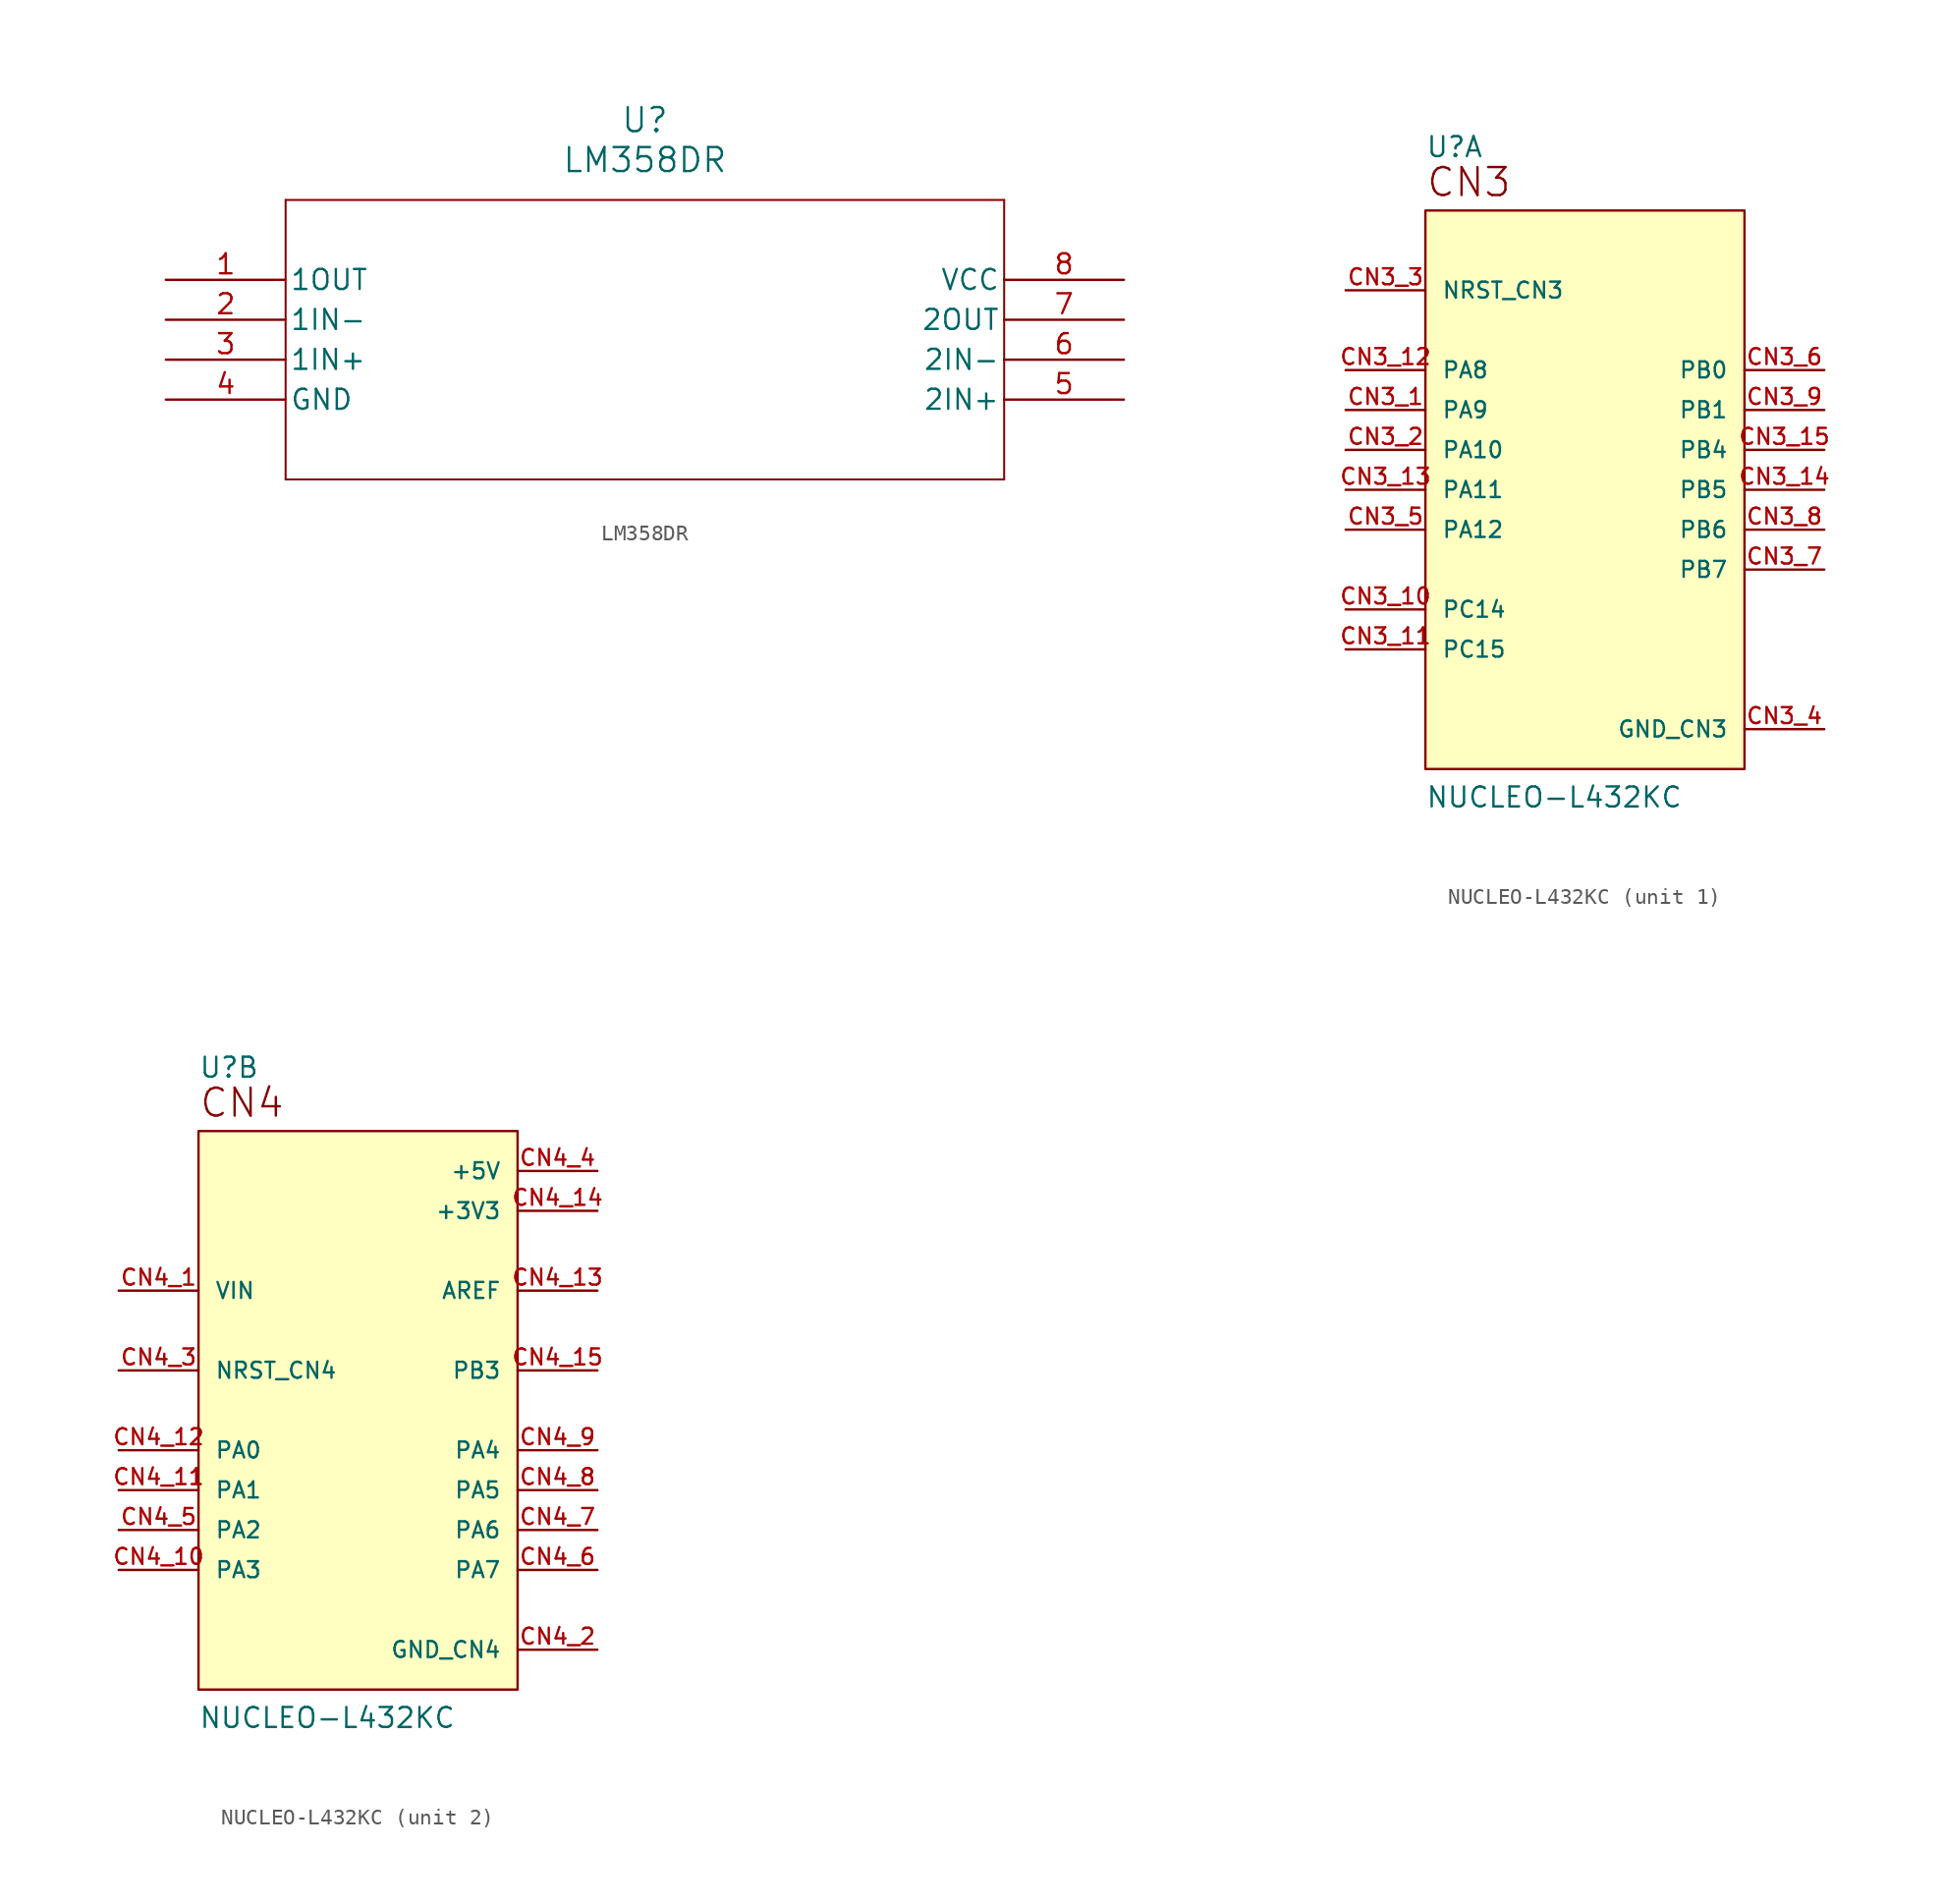
<source format=kicad_sym>
(kicad_symbol_lib
  (version 20241209)
  (generator "kicad_symbol_editor")
  (generator_version "9.0")
  (symbol "LM358DR"
    (pin_names
      (offset 0.254))
    (property "Reference" "U"
      (at 30.48 10.16 0)
      (effects (font (size 1.524 1.524))))
    (property "Value" "LM358DR"
      (at 30.48 7.62 0)
      (effects (font (size 1.524 1.524))))
    (property "ki_locked" ""
      (at 0 0 0)
      (effects (font (size 1.27 1.27))))
    (symbol "LM358DR_0_1"
      (polyline (pts (xy 7.62 5.08) (xy 7.62 -12.7)) (stroke (width 0.127) (type default)) (fill (type none)))
      (polyline (pts (xy 7.62 -12.7) (xy 53.34 -12.7)) (stroke (width 0.127) (type default)) (fill (type none)))
      (polyline (pts (xy 53.34 5.08) (xy 7.62 5.08)) (stroke (width 0.127) (type default)) (fill (type none)))
      (polyline (pts (xy 53.34 -12.7) (xy 53.34 5.08)) (stroke (width 0.127) (type default)) (fill (type none)))
      (pin output line (at 0 0 0) (length 7.62) (name "1OUT" (effects (font (size 1.27 1.27)))) (number "1" (effects (font (size 1.27 1.27)))))
      (pin input line (at 0 -2.54 0) (length 7.62) (name "1IN-" (effects (font (size 1.27 1.27)))) (number "2" (effects (font (size 1.27 1.27)))))
      (pin input line (at 0 -5.08 0) (length 7.62) (name "1IN+" (effects (font (size 1.27 1.27)))) (number "3" (effects (font (size 1.27 1.27)))))
      (pin power_in line (at 0 -7.62 0) (length 7.62) (name "GND" (effects (font (size 1.27 1.27)))) (number "4" (effects (font (size 1.27 1.27)))))
      (pin power_in line (at 60.96 0 180) (length 7.62) (name "VCC" (effects (font (size 1.27 1.27)))) (number "8" (effects (font (size 1.27 1.27)))))
      (pin output line (at 60.96 -2.54 180) (length 7.62) (name "2OUT" (effects (font (size 1.27 1.27)))) (number "7" (effects (font (size 1.27 1.27)))))
      (pin input line (at 60.96 -5.08 180) (length 7.62) (name "2IN-" (effects (font (size 1.27 1.27)))) (number "6" (effects (font (size 1.27 1.27)))))
      (pin input line (at 60.96 -7.62 180) (length 7.62) (name "2IN+" (effects (font (size 1.27 1.27)))) (number "5" (effects (font (size 1.27 1.27)))))))
  (symbol "NUCLEO-L432KC"
    (pin_names
      (offset 1.016))
    (property "Reference" "U"
      (at -10.16 21.082 0)
      (effects (font (size 1.27 1.27)) (justify left bottom)))
    (property "Value" "NUCLEO-L432KC"
      (at -10.16 -20.32 0)
      (effects (font (size 1.27 1.27)) (justify left bottom)))
    (symbol "NUCLEO-L432KC_1_0"
      (rectangle (start -10.16 -17.78) (end 10.16 17.78) (stroke (width 0.152) (type default)) (fill (type background)))
      (text "CN3" (at -10.16 18.542 0) (effects (font (size 1.778 1.778)) (justify left bottom)))
      (pin bidirectional line (at -15.24 12.7 0) (length 5.08) (name "NRST_CN3" (effects (font (size 1.016 1.016)))) (number "CN3_3" (effects (font (size 1.016 1.016)))))
      (pin bidirectional line (at -15.24 7.62 0) (length 5.08) (name "PA8" (effects (font (size 1.016 1.016)))) (number "CN3_12" (effects (font (size 1.016 1.016)))))
      (pin bidirectional line (at -15.24 5.08 0) (length 5.08) (name "PA9" (effects (font (size 1.016 1.016)))) (number "CN3_1" (effects (font (size 1.016 1.016)))))
      (pin bidirectional line (at -15.24 2.54 0) (length 5.08) (name "PA10" (effects (font (size 1.016 1.016)))) (number "CN3_2" (effects (font (size 1.016 1.016)))))
      (pin bidirectional line (at -15.24 0 0) (length 5.08) (name "PA11" (effects (font (size 1.016 1.016)))) (number "CN3_13" (effects (font (size 1.016 1.016)))))
      (pin bidirectional line (at -15.24 -2.54 0) (length 5.08) (name "PA12" (effects (font (size 1.016 1.016)))) (number "CN3_5" (effects (font (size 1.016 1.016)))))
      (pin bidirectional line (at -15.24 -7.62 0) (length 5.08) (name "PC14" (effects (font (size 1.016 1.016)))) (number "CN3_10" (effects (font (size 1.016 1.016)))))
      (pin bidirectional line (at -15.24 -10.16 0) (length 5.08) (name "PC15" (effects (font (size 1.016 1.016)))) (number "CN3_11" (effects (font (size 1.016 1.016)))))
      (pin bidirectional line (at 15.24 7.62 180) (length 5.08) (name "PB0" (effects (font (size 1.016 1.016)))) (number "CN3_6" (effects (font (size 1.016 1.016)))))
      (pin bidirectional line (at 15.24 5.08 180) (length 5.08) (name "PB1" (effects (font (size 1.016 1.016)))) (number "CN3_9" (effects (font (size 1.016 1.016)))))
      (pin bidirectional line (at 15.24 2.54 180) (length 5.08) (name "PB4" (effects (font (size 1.016 1.016)))) (number "CN3_15" (effects (font (size 1.016 1.016)))))
      (pin bidirectional line (at 15.24 0 180) (length 5.08) (name "PB5" (effects (font (size 1.016 1.016)))) (number "CN3_14" (effects (font (size 1.016 1.016)))))
      (pin bidirectional line (at 15.24 -2.54 180) (length 5.08) (name "PB6" (effects (font (size 1.016 1.016)))) (number "CN3_8" (effects (font (size 1.016 1.016)))))
      (pin bidirectional line (at 15.24 -5.08 180) (length 5.08) (name "PB7" (effects (font (size 1.016 1.016)))) (number "CN3_7" (effects (font (size 1.016 1.016)))))
      (pin power_in line (at 15.24 -15.24 180) (length 5.08) (name "GND_CN3" (effects (font (size 1.016 1.016)))) (number "CN3_4" (effects (font (size 1.016 1.016))))))
    (symbol "NUCLEO-L432KC_2_0"
      (rectangle (start -10.16 -17.78) (end 10.16 17.78) (stroke (width 0.152) (type default)) (fill (type background)))
      (text "CN4" (at -10.16 18.542 0) (effects (font (size 1.778 1.778)) (justify left bottom)))
      (pin input line (at -15.24 7.62 0) (length 5.08) (name "VIN" (effects (font (size 1.016 1.016)))) (number "CN4_1" (effects (font (size 1.016 1.016)))))
      (pin bidirectional line (at -15.24 2.54 0) (length 5.08) (name "NRST_CN4" (effects (font (size 1.016 1.016)))) (number "CN4_3" (effects (font (size 1.016 1.016)))))
      (pin bidirectional line (at -15.24 -2.54 0) (length 5.08) (name "PA0" (effects (font (size 1.016 1.016)))) (number "CN4_12" (effects (font (size 1.016 1.016)))))
      (pin bidirectional line (at -15.24 -5.08 0) (length 5.08) (name "PA1" (effects (font (size 1.016 1.016)))) (number "CN4_11" (effects (font (size 1.016 1.016)))))
      (pin bidirectional line (at -15.24 -7.62 0) (length 5.08) (name "PA2" (effects (font (size 1.016 1.016)))) (number "CN4_5" (effects (font (size 1.016 1.016)))))
      (pin bidirectional line (at -15.24 -10.16 0) (length 5.08) (name "PA3" (effects (font (size 1.016 1.016)))) (number "CN4_10" (effects (font (size 1.016 1.016)))))
      (pin power_in line (at 15.24 15.24 180) (length 5.08) (name "+5V" (effects (font (size 1.016 1.016)))) (number "CN4_4" (effects (font (size 1.016 1.016)))))
      (pin power_in line (at 15.24 12.7 180) (length 5.08) (name "+3V3" (effects (font (size 1.016 1.016)))) (number "CN4_14" (effects (font (size 1.016 1.016)))))
      (pin bidirectional line (at 15.24 7.62 180) (length 5.08) (name "AREF" (effects (font (size 1.016 1.016)))) (number "CN4_13" (effects (font (size 1.016 1.016)))))
      (pin bidirectional line (at 15.24 2.54 180) (length 5.08) (name "PB3" (effects (font (size 1.016 1.016)))) (number "CN4_15" (effects (font (size 1.016 1.016)))))
      (pin bidirectional line (at 15.24 -2.54 180) (length 5.08) (name "PA4" (effects (font (size 1.016 1.016)))) (number "CN4_9" (effects (font (size 1.016 1.016)))))
      (pin bidirectional line (at 15.24 -5.08 180) (length 5.08) (name "PA5" (effects (font (size 1.016 1.016)))) (number "CN4_8" (effects (font (size 1.016 1.016)))))
      (pin bidirectional line (at 15.24 -7.62 180) (length 5.08) (name "PA6" (effects (font (size 1.016 1.016)))) (number "CN4_7" (effects (font (size 1.016 1.016)))))
      (pin bidirectional line (at 15.24 -10.16 180) (length 5.08) (name "PA7" (effects (font (size 1.016 1.016)))) (number "CN4_6" (effects (font (size 1.016 1.016)))))
      (pin power_in line (at 15.24 -15.24 180) (length 5.08) (name "GND_CN4" (effects (font (size 1.016 1.016)))) (number "CN4_2" (effects (font (size 1.016 1.016))))))))
</source>
